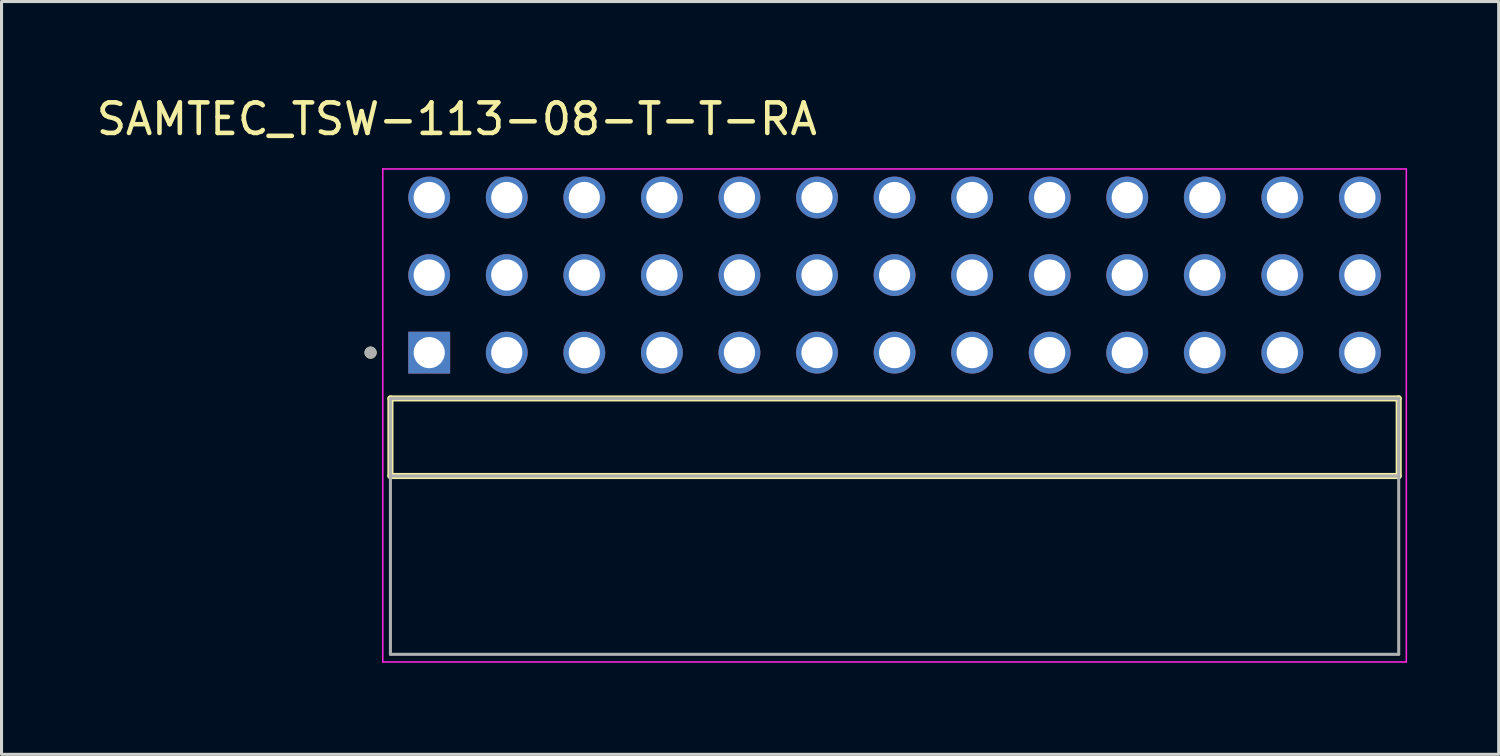
<source format=kicad_pcb>
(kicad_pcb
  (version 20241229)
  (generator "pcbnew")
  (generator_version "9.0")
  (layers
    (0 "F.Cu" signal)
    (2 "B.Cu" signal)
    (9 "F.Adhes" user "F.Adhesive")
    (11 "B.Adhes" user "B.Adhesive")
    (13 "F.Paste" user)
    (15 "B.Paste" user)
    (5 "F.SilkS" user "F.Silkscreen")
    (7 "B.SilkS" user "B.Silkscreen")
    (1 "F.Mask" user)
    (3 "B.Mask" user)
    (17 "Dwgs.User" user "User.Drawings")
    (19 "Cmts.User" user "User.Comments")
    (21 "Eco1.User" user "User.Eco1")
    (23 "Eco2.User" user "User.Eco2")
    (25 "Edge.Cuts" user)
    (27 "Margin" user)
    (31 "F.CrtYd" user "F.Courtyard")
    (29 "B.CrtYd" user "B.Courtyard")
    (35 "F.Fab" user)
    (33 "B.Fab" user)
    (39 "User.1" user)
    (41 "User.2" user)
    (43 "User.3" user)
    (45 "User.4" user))
  (footprint "SAMTEC_TSW-113-08-T-T-RA"
    (layer "F.Cu")
    (at 26.246 11.268)
    (property "Reference" "SAMTEC_TSW-113-08-T-T-RA" (at -14.335 -10.42 0) (layer "F.SilkS") (effects (font (size 1 1) (thickness 0.15))))
    (attr through_hole)
    (fp_line (start -16.51 1.27) (end -16.51 -1.27) (stroke (width 0.2) (type solid)) (layer "F.SilkS"))
    (fp_line (start 16.51 -1.27) (end -16.51 -1.27) (stroke (width 0.2) (type solid)) (layer "F.SilkS"))
    (fp_line (start 16.51 -1.27) (end 16.51 1.27) (stroke (width 0.2) (type solid)) (layer "F.SilkS"))
    (fp_line (start 16.51 1.27) (end -16.51 1.27) (stroke (width 0.2) (type solid)) (layer "F.SilkS"))
    (fp_circle (center -17.16 -2.77) (end -17.06 -2.77) (stroke (width 0.2) (type solid)) (fill no) (layer "F.SilkS"))
    (fp_line (start -16.76 -8.785) (end 16.76 -8.785) (stroke (width 0.05) (type solid)) (layer "F.CrtYd"))
    (fp_line (start -16.76 7.36) (end -16.76 -8.785) (stroke (width 0.05) (type solid)) (layer "F.CrtYd"))
    (fp_line (start 16.76 -8.785) (end 16.76 7.36) (stroke (width 0.05) (type solid)) (layer "F.CrtYd"))
    (fp_line (start 16.76 7.36) (end -16.76 7.36) (stroke (width 0.05) (type solid)) (layer "F.CrtYd"))
    (fp_line (start -16.51 -1.27) (end 16.51 -1.27) (stroke (width 0.1) (type solid)) (layer "F.Fab"))
    (fp_line (start -16.51 1.27) (end -16.51 -1.27) (stroke (width 0.1) (type solid)) (layer "F.Fab"))
    (fp_line (start -16.51 1.27) (end -16.51 7.11) (stroke (width 0.1) (type solid)) (layer "F.Fab"))
    (fp_line (start -16.51 7.11) (end 16.51 7.11) (stroke (width 0.1) (type solid)) (layer "F.Fab"))
    (fp_line (start 16.51 -1.27) (end 16.51 1.27) (stroke (width 0.1) (type solid)) (layer "F.Fab"))
    (fp_line (start 16.51 1.27) (end -16.51 1.27) (stroke (width 0.1) (type solid)) (layer "F.Fab"))
    (fp_line (start 16.51 7.11) (end 16.51 1.27) (stroke (width 0.1) (type solid)) (layer "F.Fab"))
    (fp_circle (center -17.16 -2.77) (end -17.06 -2.77) (stroke (width 0.2) (type solid)) (fill no) (layer "F.Fab"))
    (pad "01" thru_hole rect (at -15.24 -2.77) (size 1.37 1.37) (drill 1.02) (layers "*.Cu" "*.Mask"))
    (pad "02" thru_hole circle (at -15.24 -5.31) (size 1.37 1.37) (drill 1.02) (layers "*.Cu" "*.Mask"))
    (pad "03" thru_hole circle (at -15.24 -7.85) (size 1.37 1.37) (drill 1.02) (layers "*.Cu" "*.Mask"))
    (pad "04" thru_hole circle (at -12.7 -2.77) (size 1.37 1.37) (drill 1.02) (layers "*.Cu" "*.Mask"))
    (pad "05" thru_hole circle (at -12.7 -5.31) (size 1.37 1.37) (drill 1.02) (layers "*.Cu" "*.Mask"))
    (pad "06" thru_hole circle (at -12.7 -7.85) (size 1.37 1.37) (drill 1.02) (layers "*.Cu" "*.Mask"))
    (pad "07" thru_hole circle (at -10.16 -2.77) (size 1.37 1.37) (drill 1.02) (layers "*.Cu" "*.Mask"))
    (pad "08" thru_hole circle (at -10.16 -5.31) (size 1.37 1.37) (drill 1.02) (layers "*.Cu" "*.Mask"))
    (pad "09" thru_hole circle (at -10.16 -7.85) (size 1.37 1.37) (drill 1.02) (layers "*.Cu" "*.Mask"))
    (pad "10" thru_hole circle (at -7.62 -2.77) (size 1.37 1.37) (drill 1.02) (layers "*.Cu" "*.Mask"))
    (pad "11" thru_hole circle (at -7.62 -5.31) (size 1.37 1.37) (drill 1.02) (layers "*.Cu" "*.Mask"))
    (pad "12" thru_hole circle (at -7.62 -7.85) (size 1.37 1.37) (drill 1.02) (layers "*.Cu" "*.Mask"))
    (pad "13" thru_hole circle (at -5.08 -2.77) (size 1.37 1.37) (drill 1.02) (layers "*.Cu" "*.Mask"))
    (pad "14" thru_hole circle (at -5.08 -5.31) (size 1.37 1.37) (drill 1.02) (layers "*.Cu" "*.Mask"))
    (pad "15" thru_hole circle (at -5.08 -7.85) (size 1.37 1.37) (drill 1.02) (layers "*.Cu" "*.Mask"))
    (pad "16" thru_hole circle (at -2.54 -2.77) (size 1.37 1.37) (drill 1.02) (layers "*.Cu" "*.Mask"))
    (pad "17" thru_hole circle (at -2.54 -5.31) (size 1.37 1.37) (drill 1.02) (layers "*.Cu" "*.Mask"))
    (pad "18" thru_hole circle (at -2.54 -7.85) (size 1.37 1.37) (drill 1.02) (layers "*.Cu" "*.Mask"))
    (pad "19" thru_hole circle (at 0 -2.77) (size 1.37 1.37) (drill 1.02) (layers "*.Cu" "*.Mask"))
    (pad "20" thru_hole circle (at 0 -5.31) (size 1.37 1.37) (drill 1.02) (layers "*.Cu" "*.Mask"))
    (pad "21" thru_hole circle (at 0 -7.85) (size 1.37 1.37) (drill 1.02) (layers "*.Cu" "*.Mask"))
    (pad "22" thru_hole circle (at 2.54 -2.77) (size 1.37 1.37) (drill 1.02) (layers "*.Cu" "*.Mask"))
    (pad "23" thru_hole circle (at 2.54 -5.31) (size 1.37 1.37) (drill 1.02) (layers "*.Cu" "*.Mask"))
    (pad "24" thru_hole circle (at 2.54 -7.85) (size 1.37 1.37) (drill 1.02) (layers "*.Cu" "*.Mask"))
    (pad "25" thru_hole circle (at 5.08 -2.77) (size 1.37 1.37) (drill 1.02) (layers "*.Cu" "*.Mask"))
    (pad "26" thru_hole circle (at 5.08 -5.31) (size 1.37 1.37) (drill 1.02) (layers "*.Cu" "*.Mask"))
    (pad "27" thru_hole circle (at 5.08 -7.85) (size 1.37 1.37) (drill 1.02) (layers "*.Cu" "*.Mask"))
    (pad "28" thru_hole circle (at 7.62 -2.77) (size 1.37 1.37) (drill 1.02) (layers "*.Cu" "*.Mask"))
    (pad "29" thru_hole circle (at 7.62 -5.31) (size 1.37 1.37) (drill 1.02) (layers "*.Cu" "*.Mask"))
    (pad "30" thru_hole circle (at 7.62 -7.85) (size 1.37 1.37) (drill 1.02) (layers "*.Cu" "*.Mask"))
    (pad "31" thru_hole circle (at 10.16 -2.77) (size 1.37 1.37) (drill 1.02) (layers "*.Cu" "*.Mask"))
    (pad "32" thru_hole circle (at 10.16 -5.31) (size 1.37 1.37) (drill 1.02) (layers "*.Cu" "*.Mask"))
    (pad "33" thru_hole circle (at 10.16 -7.85) (size 1.37 1.37) (drill 1.02) (layers "*.Cu" "*.Mask"))
    (pad "34" thru_hole circle (at 12.7 -2.77) (size 1.37 1.37) (drill 1.02) (layers "*.Cu" "*.Mask"))
    (pad "35" thru_hole circle (at 12.7 -5.31) (size 1.37 1.37) (drill 1.02) (layers "*.Cu" "*.Mask"))
    (pad "36" thru_hole circle (at 12.7 -7.85) (size 1.37 1.37) (drill 1.02) (layers "*.Cu" "*.Mask"))
    (pad "37" thru_hole circle (at 15.24 -2.77) (size 1.37 1.37) (drill 1.02) (layers "*.Cu" "*.Mask"))
    (pad "38" thru_hole circle (at 15.24 -5.31) (size 1.37 1.37) (drill 1.02) (layers "*.Cu" "*.Mask"))
    (pad "39" thru_hole circle (at 15.24 -7.85) (size 1.37 1.37) (drill 1.02) (layers "*.Cu" "*.Mask")))
  (gr_rect
    (start -3 -3)
    (end 46.031 21.653)
    (stroke (width 0.1) (type default))
    (fill no)
    (layer "Edge.Cuts")))
</source>
